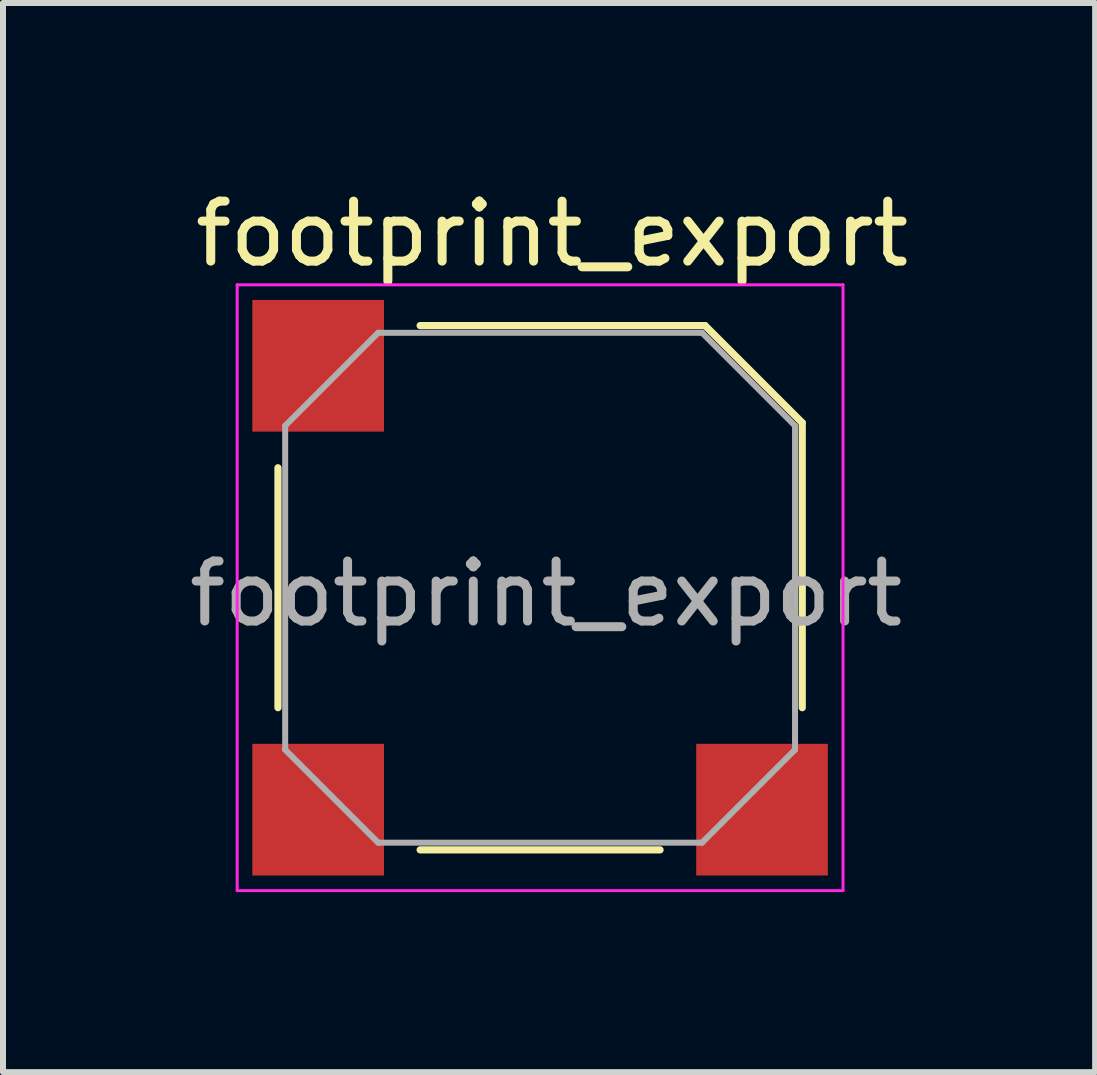
<source format=kicad_pcb>
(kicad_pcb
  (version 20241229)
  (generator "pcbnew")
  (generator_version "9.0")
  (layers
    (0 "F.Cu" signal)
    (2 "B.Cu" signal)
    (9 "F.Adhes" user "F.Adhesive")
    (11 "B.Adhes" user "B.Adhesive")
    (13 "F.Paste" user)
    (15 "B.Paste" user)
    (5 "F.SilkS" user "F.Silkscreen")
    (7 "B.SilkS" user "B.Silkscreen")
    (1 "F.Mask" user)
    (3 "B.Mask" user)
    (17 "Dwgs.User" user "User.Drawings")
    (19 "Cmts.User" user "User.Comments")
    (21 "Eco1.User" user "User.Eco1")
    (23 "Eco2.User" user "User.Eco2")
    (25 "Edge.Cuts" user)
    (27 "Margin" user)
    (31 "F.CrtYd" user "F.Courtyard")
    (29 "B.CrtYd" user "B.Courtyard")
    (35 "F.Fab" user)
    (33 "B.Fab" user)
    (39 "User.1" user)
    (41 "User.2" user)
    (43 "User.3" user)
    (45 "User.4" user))
  (footprint "footprint_export"
    (layer "F.Cu")
    (at 5.954 6.748)
    (property "Reference" "footprint_export" (at 0.2 -5.9 0) (layer "F.SilkS") (effects (font (size 1 1) (thickness 0.15))))
    (attr smd)
    (fp_line (start -4.37 -2) (end -4.37 2) (stroke (width 0.12) (type solid)) (layer "F.SilkS"))
    (fp_line (start -2 4.37) (end 2 4.37) (stroke (width 0.12) (type solid)) (layer "F.SilkS"))
    (fp_line (start 2.75 -4.37) (end -2 -4.37) (stroke (width 0.12) (type solid)) (layer "F.SilkS"))
    (fp_line (start 2.75 -4.37) (end 4.37 -2.75) (stroke (width 0.12) (type solid)) (layer "F.SilkS"))
    (fp_line (start 4.37 2) (end 4.37 -2.75) (stroke (width 0.12) (type solid)) (layer "F.SilkS"))
    (fp_line (start -5.05 -5.05) (end 5.05 -5.05) (stroke (width 0.05) (type solid)) (layer "F.CrtYd"))
    (fp_line (start -5.05 5.05) (end -5.05 -5.05) (stroke (width 0.05) (type solid)) (layer "F.CrtYd"))
    (fp_line (start 5.05 -5.05) (end 5.05 5.05) (stroke (width 0.05) (type solid)) (layer "F.CrtYd"))
    (fp_line (start 5.05 5.05) (end -5.05 5.05) (stroke (width 0.05) (type solid)) (layer "F.CrtYd"))
    (fp_line (start -4.25 -2.7) (end -2.7 -4.25) (stroke (width 0.1) (type solid)) (layer "F.Fab"))
    (fp_line (start -4.25 2.7) (end -4.25 -2.7) (stroke (width 0.1) (type solid)) (layer "F.Fab"))
    (fp_line (start -2.7 -4.25) (end 2.7 -4.25) (stroke (width 0.1) (type solid)) (layer "F.Fab"))
    (fp_line (start -2.7 4.25) (end -4.25 2.7) (stroke (width 0.1) (type solid)) (layer "F.Fab"))
    (fp_line (start 2.7 -4.25) (end 4.25 -2.7) (stroke (width 0.1) (type solid)) (layer "F.Fab"))
    (fp_line (start 2.7 4.25) (end -2.7 4.25) (stroke (width 0.1) (type solid)) (layer "F.Fab"))
    (fp_line (start 4.25 -2.7) (end 4.25 2.7) (stroke (width 0.1) (type solid)) (layer "F.Fab"))
    (fp_line (start 4.25 2.7) (end 2.7 4.25) (stroke (width 0.1) (type solid)) (layer "F.Fab"))
    (fp_text user "${REFERENCE}" (at 0.1 0.1 0) (layer "F.Fab") (effects (font (size 1 1) (thickness 0.15))))
    (pad "1" smd rect (at -3.7 -3.7 270) (size 2.195 2.195) (layers "F.Cu" "F.Mask" "F.Paste"))
    (pad "2" smd rect (at -3.7 3.7 270) (size 2.195 2.195) (layers "F.Cu" "F.Mask" "F.Paste"))
    (pad "3" smd rect (at 3.7 3.7 270) (size 2.195 2.195) (layers "F.Cu" "F.Mask" "F.Paste")))
  (gr_rect
    (start -3 -3)
    (end 15.207 14.823)
    (stroke (width 0.1) (type default))
    (fill no)
    (layer "Edge.Cuts")))
</source>
